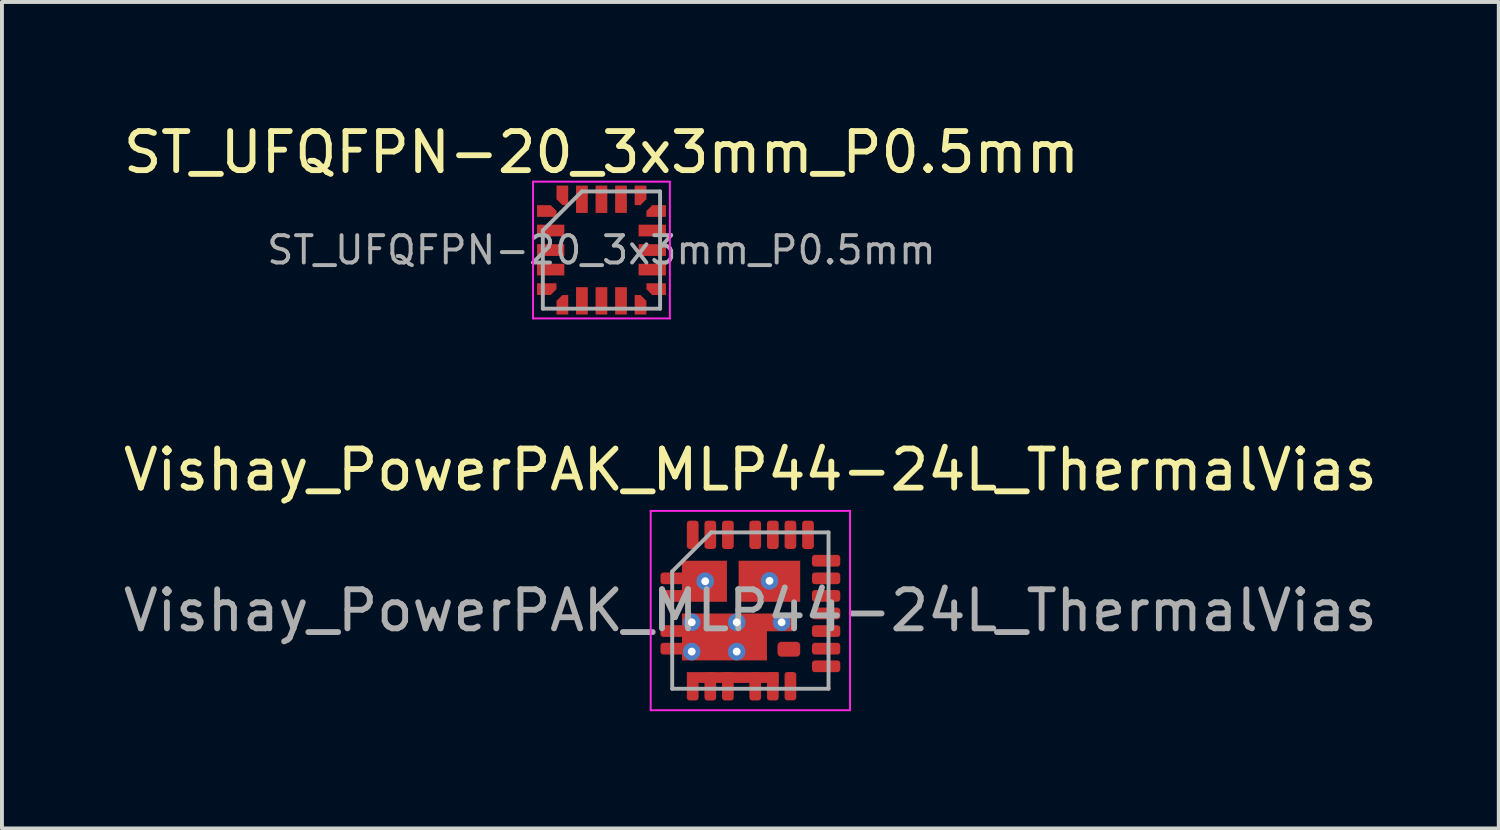
<source format=kicad_pcb>
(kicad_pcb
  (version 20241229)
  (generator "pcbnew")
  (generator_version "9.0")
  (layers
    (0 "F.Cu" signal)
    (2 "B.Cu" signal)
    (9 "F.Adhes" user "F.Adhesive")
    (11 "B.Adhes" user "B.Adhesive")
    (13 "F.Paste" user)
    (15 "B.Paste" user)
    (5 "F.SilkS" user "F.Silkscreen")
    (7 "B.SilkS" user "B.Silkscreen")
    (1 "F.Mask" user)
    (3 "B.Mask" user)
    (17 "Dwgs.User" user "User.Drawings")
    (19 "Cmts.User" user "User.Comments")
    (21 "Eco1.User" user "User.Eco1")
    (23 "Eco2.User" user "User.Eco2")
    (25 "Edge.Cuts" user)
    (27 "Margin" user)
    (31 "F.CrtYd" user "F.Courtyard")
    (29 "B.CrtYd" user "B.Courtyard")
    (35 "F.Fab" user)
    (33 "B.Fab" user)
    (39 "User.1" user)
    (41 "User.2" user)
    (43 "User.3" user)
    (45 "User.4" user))
  (footprint "Vishay_PowerPAK_MLP44-24L_ThermalVias"
    (layer "F.Cu")
    (at 16.149 12.572)
    (property "Reference" "Vishay_PowerPAK_MLP44-24L_ThermalVias" (at 0 -3.6 0) (layer "F.SilkS") (effects (font (size 1 1) (thickness 0.15))))
    (attr smd)
    (fp_line (start -2.55 -2.55) (end 2.55 -2.55) (stroke (width 0.05) (type solid)) (layer "F.CrtYd"))
    (fp_line (start -2.55 2.55) (end -2.55 -2.55) (stroke (width 0.05) (type solid)) (layer "F.CrtYd"))
    (fp_line (start 2.55 -2.55) (end 2.55 2.55) (stroke (width 0.05) (type solid)) (layer "F.CrtYd"))
    (fp_line (start 2.55 2.55) (end -2.55 2.55) (stroke (width 0.05) (type solid)) (layer "F.CrtYd"))
    (fp_line (start -2 -1) (end -2 2) (stroke (width 0.1) (type solid)) (layer "F.Fab"))
    (fp_line (start -2 2) (end 2 2) (stroke (width 0.1) (type solid)) (layer "F.Fab"))
    (fp_line (start -1 -2) (end -2 -1) (stroke (width 0.1) (type solid)) (layer "F.Fab"))
    (fp_line (start 2 -2) (end -1 -2) (stroke (width 0.1) (type solid)) (layer "F.Fab"))
    (fp_line (start 2 2) (end 2 -2) (stroke (width 0.1) (type solid)) (layer "F.Fab"))
    (fp_text user "${REFERENCE}" (at 0 0 0) (layer "F.Fab") (effects (font (size 1 1) (thickness 0.15))))
    (pad "1" smd roundrect (at -1.938 -0.825 90) (size 0.3 0.725) (layers "F.Cu" "F.Mask" "F.Paste") (roundrect_rratio 0.25))
    (pad "2" smd roundrect (at -1.938 -0.375 90) (size 0.3 0.725) (layers "F.Cu" "F.Mask" "F.Paste") (roundrect_rratio 0.25))
    (pad "3" smd roundrect (at -1.938 0.525 90) (size 0.3 0.725) (layers "F.Cu" "F.Mask" "F.Paste") (roundrect_rratio 0.25))
    (pad "4" smd roundrect (at -1.938 0.975 90) (size 0.3 0.725) (layers "F.Cu" "F.Mask" "F.Paste") (roundrect_rratio 0.25))
    (pad "5" smd custom (at -1.475 1.938) (size 0.3 0.725) (layers "F.Cu" "F.Mask" "F.Paste") (options (anchor circle)) (primitives (gr_poly (pts (xy -0.15 -0.287) (xy -0.144 -0.316) (xy -0.128 -0.341) (xy -0.104 -0.357) (xy -0.075 -0.362) (xy 0.075 -0.362) (xy 0.104 -0.357) (xy 0.128 -0.341) (xy 0.144 -0.316) (xy 0.15 -0.287) (xy 0.15 0.287) (xy 0.144 0.316) (xy 0.128 0.341) (xy 0.104 0.357) (xy 0.075 0.362) (xy -0.075 0.362) (xy -0.104 0.357) (xy -0.128 0.341) (xy -0.144 0.316) (xy -0.15 0.287)) (width 0) (fill yes)) (gr_poly (pts (xy -0.15 -0.362) (xy 2.2 -0.362) (xy 2.2 -0.087) (xy -0.15 -0.087)) (width 0) (fill yes))))
    (pad "6" smd roundrect (at -1.025 1.938) (size 0.3 0.725) (layers "F.Cu" "F.Mask" "F.Paste") (roundrect_rratio 0.25))
    (pad "7" smd roundrect (at -0.575 1.938) (size 0.3 0.725) (layers "F.Cu" "F.Mask" "F.Paste") (roundrect_rratio 0.25))
    (pad "8" smd roundrect (at 0.125 1.938) (size 0.3 0.725) (layers "F.Cu" "F.Mask" "F.Paste") (roundrect_rratio 0.25))
    (pad "9" smd roundrect (at 0.575 1.938) (size 0.3 0.725) (layers "F.Cu" "F.Mask" "F.Paste") (roundrect_rratio 0.25))
    (pad "10" smd roundrect (at 1.025 1.935) (size 0.3 0.725) (layers "F.Cu" "F.Mask" "F.Paste") (roundrect_rratio 0.25))
    (pad "11" smd roundrect (at 1.938 1.425 90) (size 0.3 0.725) (layers "F.Cu" "F.Mask" "F.Paste") (roundrect_rratio 0.25))
    (pad "12" smd roundrect (at 1.938 0.975 90) (size 0.3 0.725) (layers "F.Cu" "F.Mask" "F.Paste") (roundrect_rratio 0.25))
    (pad "13" smd roundrect (at 1.938 0.525 90) (size 0.3 0.725) (layers "F.Cu" "F.Mask" "F.Paste") (roundrect_rratio 0.25))
    (pad "14" smd roundrect (at 1.938 0.075 90) (size 0.3 0.725) (layers "F.Cu" "F.Mask" "F.Paste") (roundrect_rratio 0.25))
    (pad "15" smd roundrect (at 1.938 -0.375 90) (size 0.3 0.725) (layers "F.Cu" "F.Mask" "F.Paste") (roundrect_rratio 0.25))
    (pad "16" smd roundrect (at 1.938 -0.825 90) (size 0.3 0.725) (layers "F.Cu" "F.Mask" "F.Paste") (roundrect_rratio 0.25))
    (pad "17" smd roundrect (at 1.938 -1.275 90) (size 0.3 0.725) (layers "F.Cu" "F.Mask" "F.Paste") (roundrect_rratio 0.25))
    (pad "18" smd roundrect (at 1.475 -1.938) (size 0.3 0.725) (layers "F.Cu" "F.Mask" "F.Paste") (roundrect_rratio 0.25))
    (pad "19" smd roundrect (at 1.025 -1.938) (size 0.3 0.725) (layers "F.Cu" "F.Mask" "F.Paste") (roundrect_rratio 0.25))
    (pad "20" smd roundrect (at 0.575 -1.938) (size 0.3 0.725) (layers "F.Cu" "F.Mask" "F.Paste") (roundrect_rratio 0.25))
    (pad "21" smd roundrect (at 0.125 -1.938) (size 0.3 0.725) (layers "F.Cu" "F.Mask" "F.Paste") (roundrect_rratio 0.25))
    (pad "22" smd roundrect (at -0.575 -1.938) (size 0.3 0.725) (layers "F.Cu" "F.Mask" "F.Paste") (roundrect_rratio 0.25))
    (pad "23" smd roundrect (at -1.025 -1.938) (size 0.3 0.725) (layers "F.Cu" "F.Mask" "F.Paste") (roundrect_rratio 0.25))
    (pad "24" smd roundrect (at -1.475 -1.938) (size 0.3 0.725) (layers "F.Cu" "F.Mask" "F.Paste") (roundrect_rratio 0.25))
    (pad "25" smd rect (at 0.487 -0.75 180) (size 1.575 1.05) (layers "F.Cu" "F.Mask" "F.Paste"))
    (pad "25" thru_hole circle (at 0.49 -0.76) (size 0.45 0.45) (drill 0.2) (property pad_prop_heatsink) (layers "*.Cu" "F.Mask"))
    (pad "26" smd rect (at -1.175 -0.75 180) (size 1.15 1.05) (layers "F.Cu" "F.Mask" "F.Paste"))
    (pad "26" thru_hole circle (at -1.155 -0.75) (size 0.45 0.45) (drill 0.2) (property pad_prop_heatsink) (layers "*.Cu" "F.Mask"))
    (pad "27" thru_hole circle (at -1.5 0.3) (size 0.45 0.45) (drill 0.2) (property pad_prop_heatsink) (layers "*.Cu" "F.Mask"))
    (pad "27" thru_hole circle (at -1.5 1.05) (size 0.45 0.45) (drill 0.2) (property pad_prop_heatsink) (layers "*.Cu" "F.Mask"))
    (pad "27" smd custom (at -0.75 0.775) (size 1 1) (layers "F.Cu" "F.Mask" "F.Paste") (options (anchor rect)) (primitives (gr_poly (pts (xy -1 0.5) (xy -1 -0.7) (xy 1.825 -0.7) (xy 1.825 -0.245) (xy 1.175 -0.245) (xy 1.175 0.5)) (width 0) (fill yes))))
    (pad "27" thru_hole circle (at -0.35 0.3) (size 0.45 0.45) (drill 0.2) (property pad_prop_heatsink) (layers "*.Cu" "F.Mask"))
    (pad "27" thru_hole circle (at -0.35 1.05) (size 0.45 0.45) (drill 0.2) (property pad_prop_heatsink) (layers "*.Cu" "F.Mask"))
    (pad "27" thru_hole circle (at 0.8 0.3) (size 0.45 0.45) (drill 0.2) (property pad_prop_heatsink) (layers "*.Cu" "F.Mask"))
    (pad "28" smd roundrect (at 0.985 0.99 180) (size 0.58 0.38) (layers "F.Cu" "F.Mask" "F.Paste") (roundrect_rratio 0.25)))
  (footprint "ST_UFQFPN-20_3x3mm_P0.5mm"
    (layer "F.Cu")
    (at 12.339 3.348)
    (property "Reference" "ST_UFQFPN-20_3x3mm_P0.5mm" (at 0 -2.5 0) (layer "F.SilkS") (effects (font (size 1 1) (thickness 0.15))))
    (attr smd)
    (fp_line (start -1.75 -1.75) (end 1.75 -1.75) (stroke (width 0.05) (type solid)) (layer "F.CrtYd"))
    (fp_line (start -1.75 1.75) (end -1.75 -1.75) (stroke (width 0.05) (type solid)) (layer "F.CrtYd"))
    (fp_line (start 1.75 -1.75) (end 1.75 1.75) (stroke (width 0.05) (type solid)) (layer "F.CrtYd"))
    (fp_line (start 1.75 1.75) (end -1.75 1.75) (stroke (width 0.05) (type solid)) (layer "F.CrtYd"))
    (fp_line (start -1.5 -0.5) (end -0.5 -1.5) (stroke (width 0.1) (type solid)) (layer "F.Fab"))
    (fp_line (start -1.5 1.5) (end -1.5 -0.5) (stroke (width 0.1) (type solid)) (layer "F.Fab"))
    (fp_line (start -0.5 -1.5) (end 1.5 -1.5) (stroke (width 0.1) (type solid)) (layer "F.Fab"))
    (fp_line (start 1.5 -1.5) (end 1.5 1.5) (stroke (width 0.1) (type solid)) (layer "F.Fab"))
    (fp_line (start 1.5 1.5) (end -1.5 1.5) (stroke (width 0.1) (type solid)) (layer "F.Fab"))
    (fp_text user "${REFERENCE}" (at 0 0 0) (layer "F.Fab") (effects (font (size 0.7 0.7) (thickness 0.1))))
    (pad "1" smd custom (at -1.475 -1) (size 0.35 0.3) (layers "F.Cu" "F.Mask" "F.Paste") (options (anchor rect)) (primitives (gr_poly (pts (xy 0.325 0) (xy 0.325 0.15) (xy 0.175 0.15) (xy 0.175 -0.15)) (width 0) (fill yes))))
    (pad "2" smd rect (at -1.3 -0.5) (size 0.7 0.3) (layers "F.Cu" "F.Mask" "F.Paste"))
    (pad "3" smd rect (at -1.3 0) (size 0.7 0.3) (layers "F.Cu" "F.Mask" "F.Paste"))
    (pad "4" smd rect (at -1.3 0.5) (size 0.7 0.3) (layers "F.Cu" "F.Mask" "F.Paste"))
    (pad "5" smd custom (at -1.475 1) (size 0.35 0.3) (layers "F.Cu" "F.Mask" "F.Paste") (options (anchor rect)) (primitives (gr_poly (pts (xy 0.325 0) (xy 0.175 0.15) (xy 0.175 -0.15) (xy 0.325 -0.15)) (width 0) (fill yes))))
    (pad "6" smd custom (at -1 1.475) (size 0.3 0.35) (layers "F.Cu" "F.Mask" "F.Paste") (options (anchor rect)) (primitives (gr_poly (pts (xy 0.15 -0.175) (xy -0.15 -0.175) (xy 0 -0.325) (xy 0.15 -0.325)) (width 0) (fill yes))))
    (pad "7" smd rect (at -0.5 1.3) (size 0.3 0.7) (layers "F.Cu" "F.Mask" "F.Paste"))
    (pad "8" smd rect (at 0 1.3) (size 0.3 0.7) (layers "F.Cu" "F.Mask" "F.Paste"))
    (pad "9" smd rect (at 0.5 1.3) (size 0.3 0.7) (layers "F.Cu" "F.Mask" "F.Paste"))
    (pad "10" smd custom (at 1 1.475) (size 0.3 0.35) (layers "F.Cu" "F.Mask" "F.Paste") (options (anchor rect)) (primitives (gr_poly (pts (xy 0.15 -0.175) (xy -0.15 -0.175) (xy -0.15 -0.325) (xy 0 -0.325)) (width 0) (fill yes))))
    (pad "11" smd custom (at 1.475 1) (size 0.35 0.3) (layers "F.Cu" "F.Mask" "F.Paste") (options (anchor rect)) (primitives (gr_poly (pts (xy -0.175 0.15) (xy -0.325 0) (xy -0.325 -0.15) (xy -0.175 -0.15)) (width 0) (fill yes))))
    (pad "12" smd rect (at 1.3 0.5) (size 0.7 0.3) (layers "F.Cu" "F.Mask" "F.Paste"))
    (pad "13" smd rect (at 1.3 0) (size 0.7 0.3) (layers "F.Cu" "F.Mask" "F.Paste"))
    (pad "14" smd rect (at 1.3 -0.5) (size 0.7 0.3) (layers "F.Cu" "F.Mask" "F.Paste"))
    (pad "15" smd custom (at 1.475 -1) (size 0.35 0.3) (layers "F.Cu" "F.Mask" "F.Paste") (options (anchor rect)) (primitives (gr_poly (pts (xy -0.175 0.15) (xy -0.325 0.15) (xy -0.325 0) (xy -0.175 -0.15)) (width 0) (fill yes))))
    (pad "16" smd custom (at 1 -1.475) (size 0.3 0.35) (layers "F.Cu" "F.Mask" "F.Paste") (options (anchor rect)) (primitives (gr_poly (pts (xy 0 0.325) (xy -0.15 0.325) (xy -0.15 0.175) (xy 0.15 0.175)) (width 0) (fill yes))))
    (pad "17" smd rect (at 0.5 -1.3) (size 0.3 0.7) (layers "F.Cu" "F.Mask" "F.Paste"))
    (pad "18" smd rect (at 0 -1.3) (size 0.3 0.7) (layers "F.Cu" "F.Mask" "F.Paste"))
    (pad "19" smd rect (at -0.5 -1.3) (size 0.3 0.7) (layers "F.Cu" "F.Mask" "F.Paste"))
    (pad "20" smd custom (at -1 -1.475) (size 0.3 0.35) (layers "F.Cu" "F.Mask" "F.Paste") (options (anchor rect)) (primitives (gr_poly (pts (xy 0.15 0.325) (xy 0 0.325) (xy -0.15 0.175) (xy 0.15 0.175)) (width 0) (fill yes)))))
  (gr_rect
    (start -3 -3)
    (end 35.298 18.146)
    (stroke (width 0.1) (type default))
    (fill no)
    (layer "Edge.Cuts")))
</source>
